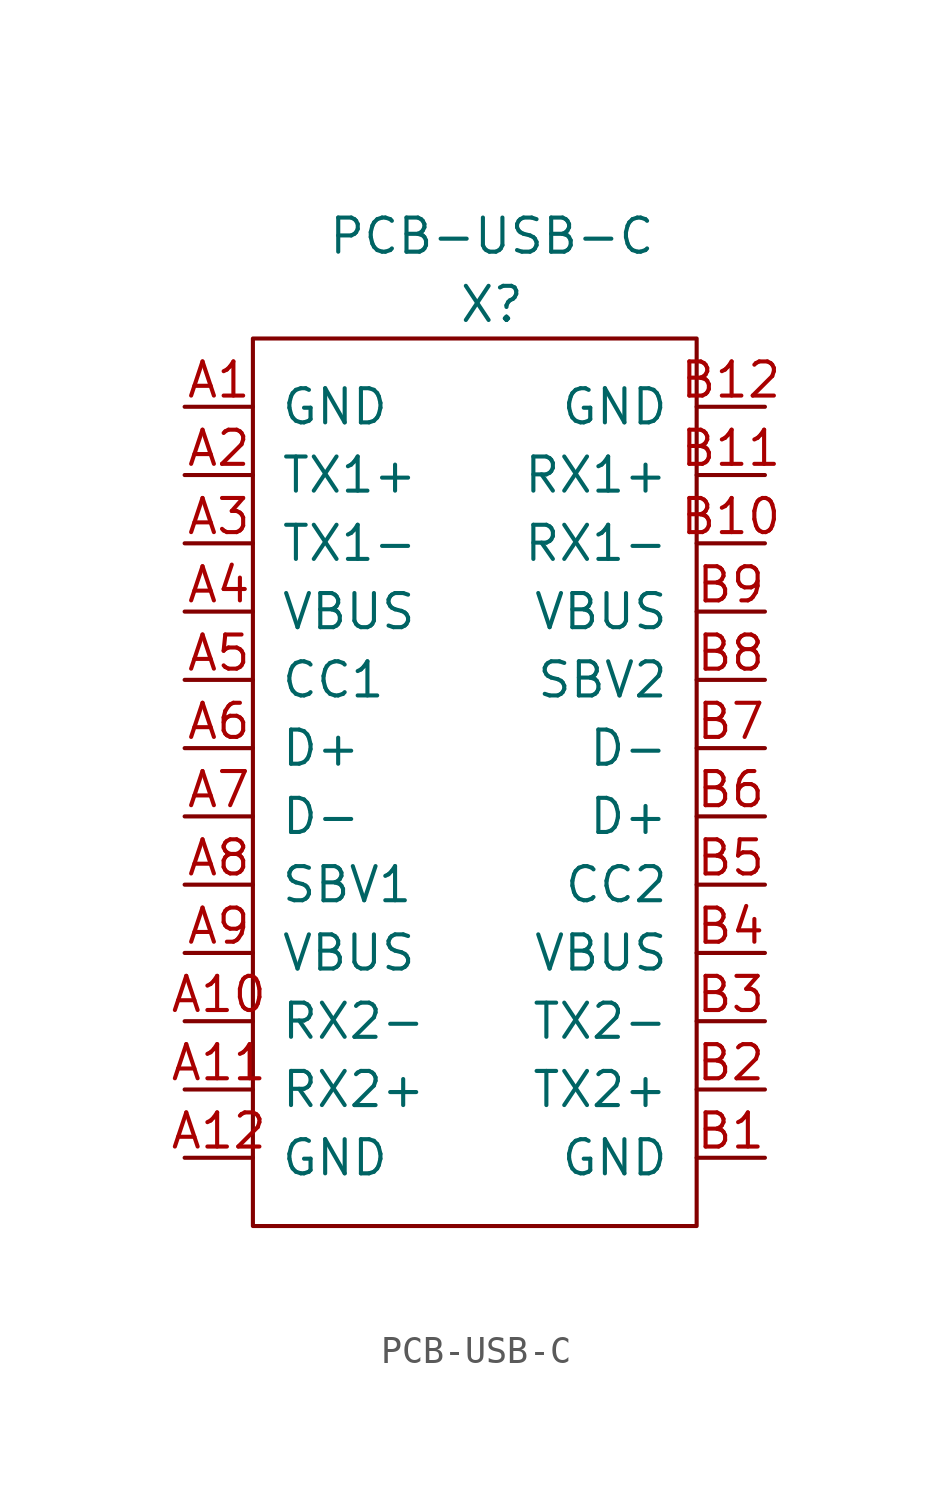
<source format=kicad_sym>
(kicad_symbol_lib
  (version 20220914)
  (generator kicad_symbol_editor)
  (symbol "PCB-USB-C"
    (pin_names
      (offset 1.016))
    (property "Reference" "X"
      (at 0 17.78 0)
      (effects (font (size 1.27 1.27))))
    (property "Value" "PCB-USB-C"
      (at 0 20.32 0)
      (effects (font (size 1.27 1.27))))
    (symbol "PCB-USB-C_0_1"
      (rectangle (start -8.89 16.51) (end 7.62 -16.51) (stroke (width 0) (type solid)) (fill (type none))))
    (symbol "PCB-USB-C_1_1"
      (pin input line (at -11.43 13.97 0) (length 2.54) (name "GND" (effects (font (size 1.27 1.27)))) (number "A1" (effects (font (size 1.27 1.27)))))
      (pin input line (at -11.43 -8.89 0) (length 2.54) (name "RX2-" (effects (font (size 1.27 1.27)))) (number "A10" (effects (font (size 1.27 1.27)))))
      (pin input line (at -11.43 -11.43 0) (length 2.54) (name "RX2+" (effects (font (size 1.27 1.27)))) (number "A11" (effects (font (size 1.27 1.27)))))
      (pin input line (at -11.43 -13.97 0) (length 2.54) (name "GND" (effects (font (size 1.27 1.27)))) (number "A12" (effects (font (size 1.27 1.27)))))
      (pin input line (at -11.43 11.43 0) (length 2.54) (name "TX1+" (effects (font (size 1.27 1.27)))) (number "A2" (effects (font (size 1.27 1.27)))))
      (pin input line (at -11.43 8.89 0) (length 2.54) (name "TX1-" (effects (font (size 1.27 1.27)))) (number "A3" (effects (font (size 1.27 1.27)))))
      (pin input line (at -11.43 6.35 0) (length 2.54) (name "VBUS" (effects (font (size 1.27 1.27)))) (number "A4" (effects (font (size 1.27 1.27)))))
      (pin input line (at -11.43 3.81 0) (length 2.54) (name "CC1" (effects (font (size 1.27 1.27)))) (number "A5" (effects (font (size 1.27 1.27)))))
      (pin input line (at -11.43 1.27 0) (length 2.54) (name "D+" (effects (font (size 1.27 1.27)))) (number "A6" (effects (font (size 1.27 1.27)))))
      (pin input line (at -11.43 -1.27 0) (length 2.54) (name "D-" (effects (font (size 1.27 1.27)))) (number "A7" (effects (font (size 1.27 1.27)))))
      (pin input line (at -11.43 -3.81 0) (length 2.54) (name "SBV1" (effects (font (size 1.27 1.27)))) (number "A8" (effects (font (size 1.27 1.27)))))
      (pin input line (at -11.43 -6.35 0) (length 2.54) (name "VBUS" (effects (font (size 1.27 1.27)))) (number "A9" (effects (font (size 1.27 1.27)))))
      (pin input line (at 10.16 -13.97 180) (length 2.54) (name "GND" (effects (font (size 1.27 1.27)))) (number "B1" (effects (font (size 1.27 1.27)))))
      (pin input line (at 10.16 8.89 180) (length 2.54) (name "RX1-" (effects (font (size 1.27 1.27)))) (number "B10" (effects (font (size 1.27 1.27)))))
      (pin input line (at 10.16 11.43 180) (length 2.54) (name "RX1+" (effects (font (size 1.27 1.27)))) (number "B11" (effects (font (size 1.27 1.27)))))
      (pin input line (at 10.16 13.97 180) (length 2.54) (name "GND" (effects (font (size 1.27 1.27)))) (number "B12" (effects (font (size 1.27 1.27)))))
      (pin input line (at 10.16 -11.43 180) (length 2.54) (name "TX2+" (effects (font (size 1.27 1.27)))) (number "B2" (effects (font (size 1.27 1.27)))))
      (pin input line (at 10.16 -8.89 180) (length 2.54) (name "TX2-" (effects (font (size 1.27 1.27)))) (number "B3" (effects (font (size 1.27 1.27)))))
      (pin input line (at 10.16 -6.35 180) (length 2.54) (name "VBUS" (effects (font (size 1.27 1.27)))) (number "B4" (effects (font (size 1.27 1.27)))))
      (pin input line (at 10.16 -3.81 180) (length 2.54) (name "CC2" (effects (font (size 1.27 1.27)))) (number "B5" (effects (font (size 1.27 1.27)))))
      (pin input line (at 10.16 -1.27 180) (length 2.54) (name "D+" (effects (font (size 1.27 1.27)))) (number "B6" (effects (font (size 1.27 1.27)))))
      (pin input line (at 10.16 1.27 180) (length 2.54) (name "D-" (effects (font (size 1.27 1.27)))) (number "B7" (effects (font (size 1.27 1.27)))))
      (pin input line (at 10.16 3.81 180) (length 2.54) (name "SBV2" (effects (font (size 1.27 1.27)))) (number "B8" (effects (font (size 1.27 1.27)))))
      (pin input line (at 10.16 6.35 180) (length 2.54) (name "VBUS" (effects (font (size 1.27 1.27)))) (number "B9" (effects (font (size 1.27 1.27))))))))
</source>
